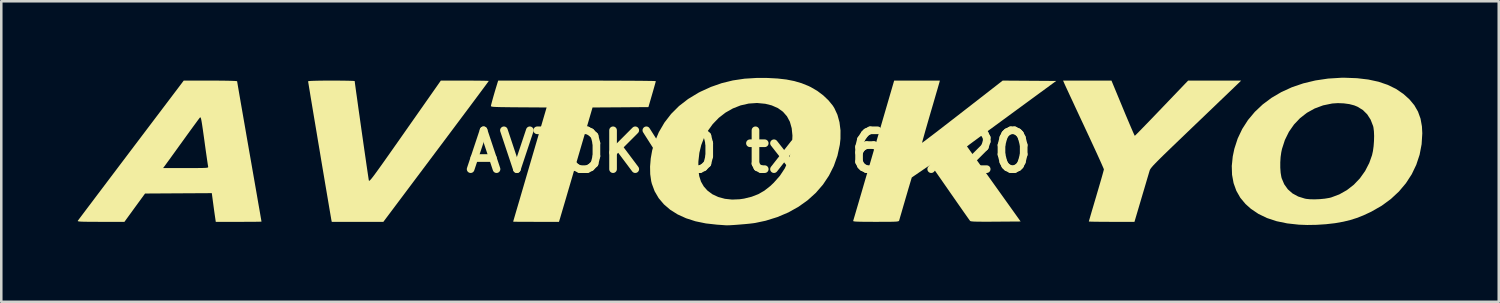
<source format=kicad_pcb>
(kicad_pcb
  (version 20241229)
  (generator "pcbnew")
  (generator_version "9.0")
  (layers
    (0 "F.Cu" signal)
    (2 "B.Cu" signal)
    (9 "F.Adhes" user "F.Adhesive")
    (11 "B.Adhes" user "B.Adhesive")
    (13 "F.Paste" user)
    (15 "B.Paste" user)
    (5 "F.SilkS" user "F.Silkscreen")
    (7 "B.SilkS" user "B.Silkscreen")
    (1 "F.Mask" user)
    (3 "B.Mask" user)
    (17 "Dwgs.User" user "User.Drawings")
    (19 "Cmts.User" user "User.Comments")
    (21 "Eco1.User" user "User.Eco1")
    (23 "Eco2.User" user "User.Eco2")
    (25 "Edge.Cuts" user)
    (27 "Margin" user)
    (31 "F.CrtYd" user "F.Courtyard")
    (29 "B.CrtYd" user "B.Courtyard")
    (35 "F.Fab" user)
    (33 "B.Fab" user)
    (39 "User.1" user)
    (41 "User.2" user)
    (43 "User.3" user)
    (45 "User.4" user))
  (footprint "AVTOKYO txt 60x20"
    (layer "F.Cu")
    (at 26.337 2.897)
    (property "Reference" "AVTOKYO txt 60x20" (at 0 0 0) (layer "F.SilkS") (effects (font (size 1.524 1.524) (thickness 0.3))))
    (attr board_only exclude_from_pos_files exclude_from_bom)
    (fp_poly (pts (xy -6.337 -2.785) (xy -5.941 -2.784) (xy -5.565 -2.783) (xy -5.212 -2.782) (xy -4.886 -2.78) (xy -4.59 -2.779) (xy -4.329 -2.777) (xy -4.105 -2.775) (xy -3.922 -2.772) (xy -3.784 -2.77) (xy -3.695 -2.767) (xy -3.658 -2.764) (xy -3.657 -2.764) (xy -3.664 -2.731) (xy -3.685 -2.654) (xy -3.717 -2.54) (xy -3.757 -2.399) (xy -3.802 -2.244) (xy -3.947 -1.745) (xy -5.043 -1.737) (xy -6.139 -1.73) (xy -6.74 0.323) (xy -6.838 0.657) (xy -6.932 0.979) (xy -7.021 1.284) (xy -7.105 1.568) (xy -7.18 1.826) (xy -7.247 2.054) (xy -7.304 2.246) (xy -7.349 2.399) (xy -7.381 2.507) (xy -7.398 2.566) (xy -7.398 2.567) (xy -7.456 2.757) (xy -8.355 2.757) (xy -8.573 2.756) (xy -8.773 2.756) (xy -8.946 2.755) (xy -9.087 2.754) (xy -9.189 2.752) (xy -9.245 2.751) (xy -9.253 2.75) (xy -9.246 2.722) (xy -9.223 2.645) (xy -9.187 2.521) (xy -9.139 2.356) (xy -9.079 2.152) (xy -9.009 1.915) (xy -8.931 1.647) (xy -8.845 1.354) (xy -8.753 1.038) (xy -8.655 0.704) (xy -8.597 0.506) (xy -7.941 -1.73) (xy -9.034 -1.737) (xy -9.313 -1.739) (xy -9.54 -1.742) (xy -9.722 -1.744) (xy -9.863 -1.748) (xy -9.967 -1.752) (xy -10.041 -1.757) (xy -10.088 -1.764) (xy -10.115 -1.773) (xy -10.125 -1.783) (xy -10.126 -1.788) (xy -10.119 -1.828) (xy -10.097 -1.911) (xy -10.066 -2.028) (xy -10.027 -2.167) (xy -9.983 -2.319) (xy -9.937 -2.474) (xy -9.892 -2.62) (xy -9.87 -2.693) (xy -9.841 -2.785) (xy -6.749 -2.785)) (stroke (width 0) (type solid)) (fill yes) (layer "F.SilkS"))
    (fp_poly (pts (xy -10.927 -2.784) (xy -10.723 -2.783) (xy -10.544 -2.781) (xy -10.397 -2.779) (xy -10.288 -2.776) (xy -10.225 -2.773) (xy -10.211 -2.771) (xy -10.227 -2.747) (xy -10.275 -2.681) (xy -10.353 -2.575) (xy -10.459 -2.433) (xy -10.59 -2.256) (xy -10.745 -2.048) (xy -10.921 -1.812) (xy -11.117 -1.55) (xy -11.33 -1.265) (xy -11.559 -0.959) (xy -11.801 -0.636) (xy -12.054 -0.298) (xy -12.278 0.000149) (xy -14.346 2.757) (xy -16.37 2.757) (xy -16.384 2.693) (xy -16.391 2.655) (xy -16.406 2.566) (xy -16.429 2.432) (xy -16.459 2.257) (xy -16.495 2.045) (xy -16.536 1.802) (xy -16.582 1.531) (xy -16.632 1.238) (xy -16.684 0.927) (xy -16.739 0.603) (xy -16.795 0.27) (xy -16.851 -0.068) (xy -16.908 -0.404) (xy -16.963 -0.736) (xy -17.017 -1.058) (xy -17.069 -1.366) (xy -17.117 -1.654) (xy -17.161 -1.919) (xy -17.201 -2.156) (xy -17.234 -2.361) (xy -17.262 -2.528) (xy -17.282 -2.653) (xy -17.295 -2.731) (xy -17.299 -2.758) (xy -17.272 -2.765) (xy -17.192 -2.772) (xy -17.063 -2.777) (xy -16.89 -2.781) (xy -16.675 -2.784) (xy -16.423 -2.785) (xy -16.385 -2.785) (xy -16.164 -2.784) (xy -15.963 -2.783) (xy -15.788 -2.78) (xy -15.644 -2.777) (xy -15.54 -2.773) (xy -15.481 -2.769) (xy -15.471 -2.766) (xy -15.467 -2.73) (xy -15.456 -2.644) (xy -15.438 -2.514) (xy -15.415 -2.344) (xy -15.386 -2.141) (xy -15.354 -1.911) (xy -15.319 -1.657) (xy -15.28 -1.388) (xy -15.241 -1.107) (xy -15.2 -0.82) (xy -15.159 -0.533) (xy -15.119 -0.252) (xy -15.08 0.018) (xy -15.043 0.272) (xy -15.01 0.503) (xy -14.98 0.707) (xy -14.955 0.877) (xy -14.935 1.009) (xy -14.922 1.096) (xy -14.915 1.133) (xy -14.915 1.133) (xy -14.91 1.144) (xy -14.9 1.146) (xy -14.883 1.137) (xy -14.858 1.113) (xy -14.822 1.073) (xy -14.773 1.012) (xy -14.71 0.93) (xy -14.631 0.822) (xy -14.533 0.687) (xy -14.414 0.521) (xy -14.273 0.322) (xy -14.107 0.087) (xy -13.915 -0.186) (xy -13.694 -0.5) (xy -13.493 -0.787) (xy -12.091 -2.785) (xy -11.151 -2.785)) (stroke (width 0) (type solid)) (fill yes) (layer "F.SilkS"))
    (fp_poly (pts (xy 14.67 -1.702) (xy 14.766 -1.47) (xy 14.857 -1.255) (xy 14.938 -1.063) (xy 15.009 -0.898) (xy 15.066 -0.767) (xy 15.108 -0.674) (xy 15.132 -0.625) (xy 15.137 -0.619) (xy 15.159 -0.639) (xy 15.216 -0.695) (xy 15.305 -0.785) (xy 15.422 -0.905) (xy 15.563 -1.05) (xy 15.725 -1.217) (xy 15.904 -1.403) (xy 16.096 -1.603) (xy 16.191 -1.702) (xy 17.228 -2.785) (xy 19.309 -2.785) (xy 19.183 -2.662) (xy 19.143 -2.624) (xy 19.066 -2.55) (xy 18.955 -2.443) (xy 18.813 -2.307) (xy 18.644 -2.145) (xy 18.451 -1.961) (xy 18.238 -1.756) (xy 18.007 -1.535) (xy 17.762 -1.3) (xy 17.506 -1.056) (xy 17.407 -0.961) (xy 17.108 -0.674) (xy 16.847 -0.424) (xy 16.622 -0.208) (xy 16.429 -0.022) (xy 16.266 0.136) (xy 16.131 0.269) (xy 16.021 0.379) (xy 15.933 0.469) (xy 15.864 0.541) (xy 15.813 0.6) (xy 15.775 0.646) (xy 15.749 0.683) (xy 15.731 0.714) (xy 15.72 0.741) (xy 15.717 0.752) (xy 15.699 0.811) (xy 15.668 0.916) (xy 15.625 1.06) (xy 15.573 1.237) (xy 15.514 1.437) (xy 15.449 1.655) (xy 15.4 1.821) (xy 15.123 2.757) (xy 14.228 2.757) (xy 14.01 2.756) (xy 13.811 2.755) (xy 13.638 2.753) (xy 13.498 2.751) (xy 13.397 2.748) (xy 13.341 2.745) (xy 13.333 2.743) (xy 13.341 2.714) (xy 13.363 2.637) (xy 13.397 2.519) (xy 13.442 2.364) (xy 13.497 2.18) (xy 13.558 1.972) (xy 13.625 1.746) (xy 13.628 1.735) (xy 13.695 1.507) (xy 13.757 1.295) (xy 13.812 1.106) (xy 13.858 0.945) (xy 13.893 0.82) (xy 13.915 0.735) (xy 13.924 0.698) (xy 13.924 0.698) (xy 13.912 0.666) (xy 13.878 0.587) (xy 13.825 0.466) (xy 13.754 0.308) (xy 13.667 0.117) (xy 13.566 -0.103) (xy 13.453 -0.347) (xy 13.331 -0.611) (xy 13.2 -0.891) (xy 13.175 -0.945) (xy 13.042 -1.229) (xy 12.915 -1.501) (xy 12.796 -1.756) (xy 12.688 -1.99) (xy 12.591 -2.196) (xy 12.51 -2.372) (xy 12.445 -2.511) (xy 12.4 -2.609) (xy 12.376 -2.662) (xy 12.375 -2.665) (xy 12.322 -2.785) (xy 14.221 -2.785)) (stroke (width 0) (type solid)) (fill yes) (layer "F.SilkS"))
    (fp_poly (pts (xy 23.855 -2.879) (xy 24.298 -2.827) (xy 24.699 -2.74) (xy 25.061 -2.617) (xy 25.386 -2.458) (xy 25.675 -2.261) (xy 25.908 -2.052) (xy 26.102 -1.82) (xy 26.247 -1.569) (xy 26.347 -1.292) (xy 26.402 -0.986) (xy 26.416 -0.717) (xy 26.39 -0.29) (xy 26.311 0.123) (xy 26.18 0.518) (xy 26.001 0.891) (xy 25.773 1.242) (xy 25.5 1.566) (xy 25.183 1.861) (xy 24.823 2.125) (xy 24.423 2.354) (xy 24.374 2.378) (xy 24.098 2.506) (xy 23.845 2.605) (xy 23.591 2.685) (xy 23.316 2.752) (xy 23.304 2.754) (xy 22.989 2.81) (xy 22.637 2.85) (xy 22.268 2.874) (xy 21.9 2.88) (xy 21.575 2.868) (xy 21.117 2.818) (xy 20.7 2.732) (xy 20.325 2.608) (xy 19.99 2.447) (xy 19.693 2.247) (xy 19.479 2.056) (xy 19.276 1.812) (xy 19.12 1.538) (xy 19.012 1.237) (xy 18.952 0.911) (xy 18.941 0.563) (xy 18.956 0.421) (xy 20.844 0.421) (xy 20.844 0.632) (xy 20.858 0.83) (xy 20.886 0.996) (xy 20.9 1.049) (xy 20.999 1.283) (xy 21.141 1.481) (xy 21.324 1.642) (xy 21.546 1.763) (xy 21.806 1.844) (xy 21.866 1.856) (xy 22.014 1.871) (xy 22.197 1.874) (xy 22.397 1.866) (xy 22.593 1.847) (xy 22.766 1.818) (xy 22.84 1.8) (xy 23.16 1.68) (xy 23.458 1.512) (xy 23.73 1.3) (xy 23.969 1.049) (xy 24.173 0.762) (xy 24.336 0.446) (xy 24.444 0.141) (xy 24.48 -0.021) (xy 24.506 -0.211) (xy 24.521 -0.414) (xy 24.526 -0.614) (xy 24.518 -0.798) (xy 24.499 -0.948) (xy 24.487 -0.999) (xy 24.389 -1.252) (xy 24.254 -1.462) (xy 24.082 -1.632) (xy 23.871 -1.761) (xy 23.744 -1.813) (xy 23.555 -1.862) (xy 23.334 -1.892) (xy 23.103 -1.901) (xy 22.884 -1.887) (xy 22.879 -1.886) (xy 22.524 -1.813) (xy 22.193 -1.69) (xy 21.89 -1.522) (xy 21.619 -1.311) (xy 21.382 -1.061) (xy 21.183 -0.775) (xy 21.025 -0.455) (xy 20.912 -0.106) (xy 20.884 0.024) (xy 20.857 0.212) (xy 20.844 0.421) (xy 18.956 0.421) (xy 18.979 0.192) (xy 19.042 -0.109) (xy 19.173 -0.512) (xy 19.352 -0.888) (xy 19.577 -1.238) (xy 19.846 -1.559) (xy 20.155 -1.85) (xy 20.502 -2.109) (xy 20.885 -2.334) (xy 21.3 -2.524) (xy 21.746 -2.676) (xy 22.22 -2.79) (xy 22.719 -2.864) (xy 23.24 -2.896) (xy 23.37 -2.897)) (stroke (width 0) (type solid)) (fill yes) (layer "F.SilkS"))
    (fp_poly (pts (xy 0.731 -2.888) (xy 1.12 -2.867) (xy 1.464 -2.828) (xy 1.774 -2.767) (xy 2.059 -2.684) (xy 2.328 -2.576) (xy 2.427 -2.528) (xy 2.678 -2.382) (xy 2.913 -2.205) (xy 3.119 -2.009) (xy 3.287 -1.803) (xy 3.348 -1.706) (xy 3.469 -1.445) (xy 3.55 -1.151) (xy 3.59 -0.833) (xy 3.588 -0.498) (xy 3.563 -0.267) (xy 3.47 0.161) (xy 3.327 0.566) (xy 3.136 0.945) (xy 2.901 1.297) (xy 2.622 1.619) (xy 2.301 1.909) (xy 1.942 2.165) (xy 1.547 2.386) (xy 1.116 2.569) (xy 0.654 2.713) (xy 0.244 2.8) (xy 0.152 2.813) (xy 0.025 2.828) (xy -0.128 2.843) (xy -0.293 2.857) (xy -0.461 2.871) (xy -0.618 2.882) (xy -0.754 2.89) (xy -0.857 2.893) (xy -0.914 2.892) (xy -0.952 2.889) (xy -1.034 2.883) (xy -1.146 2.875) (xy -1.252 2.868) (xy -1.693 2.819) (xy -2.1 2.735) (xy -2.47 2.616) (xy -2.801 2.465) (xy -3.092 2.282) (xy -3.34 2.069) (xy -3.545 1.826) (xy -3.703 1.556) (xy -3.813 1.259) (xy -3.837 1.162) (xy -3.876 0.89) (xy -3.882 0.588) (xy -3.868 0.422) (xy -1.987 0.422) (xy -1.987 0.713) (xy -1.953 0.963) (xy -1.884 1.179) (xy -1.777 1.366) (xy -1.633 1.528) (xy -1.438 1.674) (xy -1.207 1.782) (xy -0.946 1.853) (xy -0.664 1.883) (xy -0.369 1.871) (xy -0.192 1.845) (xy 0.104 1.772) (xy 0.364 1.671) (xy 0.601 1.535) (xy 0.83 1.356) (xy 0.97 1.224) (xy 1.212 0.95) (xy 1.402 0.662) (xy 1.544 0.352) (xy 1.64 0.013) (xy 1.69 -0.303) (xy 1.704 -0.627) (xy 1.675 -0.916) (xy 1.604 -1.168) (xy 1.489 -1.384) (xy 1.332 -1.563) (xy 1.133 -1.706) (xy 0.891 -1.812) (xy 0.641 -1.875) (xy 0.314 -1.906) (xy -0.011 -1.884) (xy -0.329 -1.812) (xy -0.634 -1.692) (xy -0.922 -1.529) (xy -1.186 -1.324) (xy -1.422 -1.08) (xy -1.624 -0.801) (xy -1.763 -0.543) (xy -1.874 -0.257) (xy -1.947 0.045) (xy -1.985 0.376) (xy -1.987 0.422) (xy -3.868 0.422) (xy -3.856 0.272) (xy -3.8 -0.043) (xy -3.714 -0.343) (xy -3.71 -0.355) (xy -3.538 -0.761) (xy -3.32 -1.135) (xy -3.056 -1.477) (xy -2.747 -1.786) (xy -2.392 -2.061) (xy -1.994 -2.303) (xy -1.911 -2.346) (xy -1.493 -2.537) (xy -1.069 -2.685) (xy -0.632 -2.792) (xy -0.173 -2.86) (xy 0.316 -2.89)) (stroke (width 0) (type solid)) (fill yes) (layer "F.SilkS"))
    (fp_poly (pts (xy 11.003 -2.778) (xy 12.052 -2.771) (xy 10.421 -1.577) (xy 10.15 -1.378) (xy 9.889 -1.187) (xy 9.643 -1.007) (xy 9.416 -0.841) (xy 9.212 -0.691) (xy 9.034 -0.561) (xy 8.887 -0.453) (xy 8.774 -0.37) (xy 8.7 -0.315) (xy 8.671 -0.294) (xy 8.552 -0.204) (xy 9.604 1.269) (xy 10.657 2.743) (xy 9.683 2.75) (xy 9.408 2.752) (xy 9.186 2.752) (xy 9.01 2.75) (xy 8.877 2.748) (xy 8.781 2.743) (xy 8.719 2.736) (xy 8.684 2.727) (xy 8.676 2.722) (xy 8.653 2.692) (xy 8.602 2.621) (xy 8.526 2.513) (xy 8.427 2.373) (xy 8.31 2.205) (xy 8.177 2.015) (xy 8.032 1.807) (xy 7.89 1.603) (xy 7.738 1.384) (xy 7.596 1.18) (xy 7.467 0.995) (xy 7.354 0.833) (xy 7.261 0.7) (xy 7.191 0.599) (xy 7.147 0.536) (xy 7.132 0.514) (xy 7.109 0.527) (xy 7.047 0.567) (xy 6.954 0.628) (xy 6.839 0.706) (xy 6.757 0.762) (xy 6.386 1.016) (xy 6.317 1.246) (xy 6.288 1.344) (xy 6.246 1.484) (xy 6.197 1.654) (xy 6.142 1.84) (xy 6.087 2.031) (xy 6.076 2.067) (xy 6.025 2.243) (xy 5.979 2.403) (xy 5.939 2.537) (xy 5.91 2.639) (xy 5.893 2.698) (xy 5.89 2.707) (xy 5.882 2.721) (xy 5.865 2.732) (xy 5.832 2.74) (xy 5.778 2.747) (xy 5.696 2.751) (xy 5.582 2.754) (xy 5.429 2.756) (xy 5.231 2.756) (xy 4.983 2.757) (xy 4.974 2.757) (xy 4.716 2.756) (xy 4.509 2.755) (xy 4.35 2.752) (xy 4.232 2.748) (xy 4.152 2.743) (xy 4.105 2.735) (xy 4.087 2.726) (xy 4.087 2.721) (xy 4.096 2.69) (xy 4.12 2.608) (xy 4.158 2.48) (xy 4.208 2.308) (xy 4.27 2.098) (xy 4.342 1.851) (xy 4.424 1.572) (xy 4.513 1.265) (xy 4.61 0.933) (xy 4.714 0.58) (xy 4.822 0.21) (xy 4.897 -0.049) (xy 5.695 -2.785) (xy 7.488 -2.785) (xy 7.472 -2.721) (xy 7.461 -2.682) (xy 7.435 -2.594) (xy 7.398 -2.464) (xy 7.349 -2.298) (xy 7.292 -2.101) (xy 7.228 -1.881) (xy 7.158 -1.642) (xy 7.118 -1.506) (xy 7.047 -1.262) (xy 6.982 -1.036) (xy 6.923 -0.832) (xy 6.874 -0.656) (xy 6.834 -0.514) (xy 6.806 -0.412) (xy 6.792 -0.355) (xy 6.791 -0.344) (xy 6.814 -0.36) (xy 6.878 -0.407) (xy 6.979 -0.483) (xy 7.114 -0.586) (xy 7.28 -0.712) (xy 7.471 -0.859) (xy 7.686 -1.025) (xy 7.92 -1.206) (xy 8.171 -1.4) (xy 8.377 -1.56) (xy 9.953 -2.785)) (stroke (width 0) (type solid)) (fill yes) (layer "F.SilkS"))
    (fp_poly (pts (xy -20.87 -2.784) (xy -20.639 -2.782) (xy -20.441 -2.779) (xy -20.282 -2.775) (xy -20.167 -2.77) (xy -20.1 -2.764) (xy -20.084 -2.759) (xy -20.079 -2.728) (xy -20.065 -2.646) (xy -20.043 -2.515) (xy -20.013 -2.341) (xy -19.976 -2.126) (xy -19.933 -1.875) (xy -19.883 -1.591) (xy -19.829 -1.279) (xy -19.77 -0.941) (xy -19.708 -0.581) (xy -19.642 -0.204) (xy -19.606 0.003) (xy -19.538 0.388) (xy -19.474 0.756) (xy -19.413 1.105) (xy -19.356 1.431) (xy -19.304 1.729) (xy -19.258 1.997) (xy -19.217 2.229) (xy -19.183 2.424) (xy -19.157 2.576) (xy -19.138 2.683) (xy -19.129 2.739) (xy -19.127 2.748) (xy -19.154 2.75) (xy -19.231 2.752) (xy -19.35 2.754) (xy -19.506 2.755) (xy -19.692 2.756) (xy -19.9 2.757) (xy -20.024 2.757) (xy -20.921 2.757) (xy -20.951 2.553) (xy -20.967 2.442) (xy -20.988 2.295) (xy -21.01 2.132) (xy -21.029 1.99) (xy -21.077 1.631) (xy -22.387 1.638) (xy -23.696 1.646) (xy -24.101 2.201) (xy -24.505 2.757) (xy -25.432 2.757) (xy -25.69 2.756) (xy -25.896 2.755) (xy -26.056 2.753) (xy -26.175 2.75) (xy -26.257 2.745) (xy -26.309 2.738) (xy -26.334 2.73) (xy -26.337 2.72) (xy -26.337 2.719) (xy -26.317 2.692) (xy -26.266 2.623) (xy -26.185 2.515) (xy -26.076 2.37) (xy -25.941 2.191) (xy -25.783 1.982) (xy -25.604 1.744) (xy -25.405 1.481) (xy -25.189 1.195) (xy -24.958 0.889) (xy -24.775 0.647) (xy -22.988 0.647) (xy -22.096 0.647) (xy -21.849 0.647) (xy -21.652 0.646) (xy -21.5 0.645) (xy -21.388 0.642) (xy -21.309 0.638) (xy -21.258 0.632) (xy -21.23 0.623) (xy -21.219 0.613) (xy -21.219 0.6) (xy -21.219 0.598) (xy -21.226 0.559) (xy -21.24 0.471) (xy -21.259 0.342) (xy -21.283 0.176) (xy -21.311 -0.018) (xy -21.341 -0.233) (xy -21.366 -0.417) (xy -21.402 -0.674) (xy -21.431 -0.88) (xy -21.455 -1.041) (xy -21.474 -1.162) (xy -21.49 -1.247) (xy -21.503 -1.302) (xy -21.515 -1.332) (xy -21.527 -1.343) (xy -21.539 -1.338) (xy -21.547 -1.331) (xy -21.573 -1.297) (xy -21.629 -1.223) (xy -21.709 -1.114) (xy -21.811 -0.975) (xy -21.93 -0.812) (xy -22.062 -0.63) (xy -22.203 -0.434) (xy -22.222 -0.408) (xy -22.366 -0.209) (xy -22.501 -0.021) (xy -22.625 0.15) (xy -22.732 0.299) (xy -22.82 0.419) (xy -22.883 0.506) (xy -22.917 0.553) (xy -22.919 0.556) (xy -22.988 0.647) (xy -24.775 0.647) (xy -24.714 0.566) (xy -24.459 0.229) (xy -24.247 -0.052) (xy -22.179 -2.784) (xy -21.132 -2.784)) (stroke (width 0) (type solid)) (fill yes) (layer "F.SilkS")))
  (gr_rect
    (start -3 -3)
    (end 55.753 8.79)
    (stroke (width 0.1) (type default))
    (fill no)
    (layer "Edge.Cuts")))
</source>
